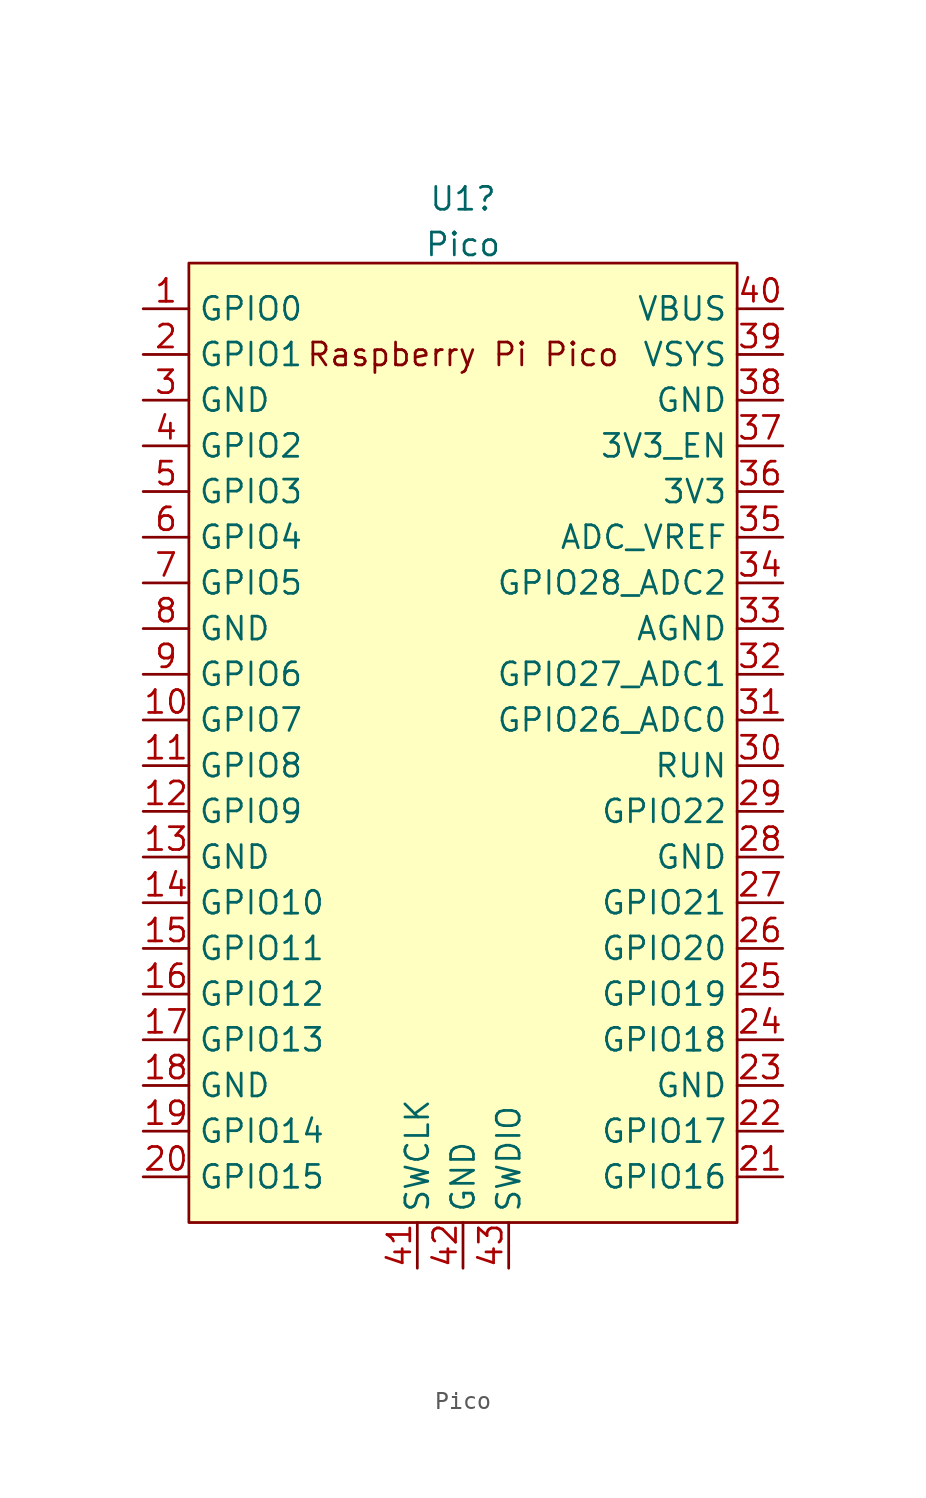
<source format=kicad_sym>
(kicad_symbol_lib
  (version 20211014)
  (generator kicad_symbol_editor)
  (symbol "Pico"
    (property "Reference" "U1"
      (at 0 30.243 0)
      (effects (font (size 1.27 1.27))))
    (property "Value" "Pico"
      (at 0 27.706 0)
      (effects (font (size 1.27 1.27))))
    (symbol "Pico_0_0"
      (text "Raspberry Pi Pico" (at 0 21.59 0) (effects (font (size 1.27 1.27)))))
    (symbol "Pico_0_1"
      (rectangle (start -15.24 26.67) (end 15.24 -26.67) (stroke (width 0) (type default) (color 0 0 0 0)) (fill (type background))))
    (symbol "Pico_1_1"
      (pin bidirectional line (at -17.78 24.13 0) (length 2.54) (name "GPIO0" (effects (font (size 1.27 1.27)))) (number "1" (effects (font (size 1.27 1.27)))))
      (pin bidirectional line (at -17.78 1.27 0) (length 2.54) (name "GPIO7" (effects (font (size 1.27 1.27)))) (number "10" (effects (font (size 1.27 1.27)))))
      (pin bidirectional line (at -17.78 -1.27 0) (length 2.54) (name "GPIO8" (effects (font (size 1.27 1.27)))) (number "11" (effects (font (size 1.27 1.27)))))
      (pin bidirectional line (at -17.78 -3.81 0) (length 2.54) (name "GPIO9" (effects (font (size 1.27 1.27)))) (number "12" (effects (font (size 1.27 1.27)))))
      (pin power_in line (at -17.78 -6.35 0) (length 2.54) (name "GND" (effects (font (size 1.27 1.27)))) (number "13" (effects (font (size 1.27 1.27)))))
      (pin bidirectional line (at -17.78 -8.89 0) (length 2.54) (name "GPIO10" (effects (font (size 1.27 1.27)))) (number "14" (effects (font (size 1.27 1.27)))))
      (pin bidirectional line (at -17.78 -11.43 0) (length 2.54) (name "GPIO11" (effects (font (size 1.27 1.27)))) (number "15" (effects (font (size 1.27 1.27)))))
      (pin bidirectional line (at -17.78 -13.97 0) (length 2.54) (name "GPIO12" (effects (font (size 1.27 1.27)))) (number "16" (effects (font (size 1.27 1.27)))))
      (pin bidirectional line (at -17.78 -16.51 0) (length 2.54) (name "GPIO13" (effects (font (size 1.27 1.27)))) (number "17" (effects (font (size 1.27 1.27)))))
      (pin power_in line (at -17.78 -19.05 0) (length 2.54) (name "GND" (effects (font (size 1.27 1.27)))) (number "18" (effects (font (size 1.27 1.27)))))
      (pin bidirectional line (at -17.78 -21.59 0) (length 2.54) (name "GPIO14" (effects (font (size 1.27 1.27)))) (number "19" (effects (font (size 1.27 1.27)))))
      (pin bidirectional line (at -17.78 21.59 0) (length 2.54) (name "GPIO1" (effects (font (size 1.27 1.27)))) (number "2" (effects (font (size 1.27 1.27)))))
      (pin bidirectional line (at -17.78 -24.13 0) (length 2.54) (name "GPIO15" (effects (font (size 1.27 1.27)))) (number "20" (effects (font (size 1.27 1.27)))))
      (pin bidirectional line (at 17.78 -24.13 180) (length 2.54) (name "GPIO16" (effects (font (size 1.27 1.27)))) (number "21" (effects (font (size 1.27 1.27)))))
      (pin bidirectional line (at 17.78 -21.59 180) (length 2.54) (name "GPIO17" (effects (font (size 1.27 1.27)))) (number "22" (effects (font (size 1.27 1.27)))))
      (pin power_in line (at 17.78 -19.05 180) (length 2.54) (name "GND" (effects (font (size 1.27 1.27)))) (number "23" (effects (font (size 1.27 1.27)))))
      (pin bidirectional line (at 17.78 -16.51 180) (length 2.54) (name "GPIO18" (effects (font (size 1.27 1.27)))) (number "24" (effects (font (size 1.27 1.27)))))
      (pin bidirectional line (at 17.78 -13.97 180) (length 2.54) (name "GPIO19" (effects (font (size 1.27 1.27)))) (number "25" (effects (font (size 1.27 1.27)))))
      (pin bidirectional line (at 17.78 -11.43 180) (length 2.54) (name "GPIO20" (effects (font (size 1.27 1.27)))) (number "26" (effects (font (size 1.27 1.27)))))
      (pin bidirectional line (at 17.78 -8.89 180) (length 2.54) (name "GPIO21" (effects (font (size 1.27 1.27)))) (number "27" (effects (font (size 1.27 1.27)))))
      (pin power_in line (at 17.78 -6.35 180) (length 2.54) (name "GND" (effects (font (size 1.27 1.27)))) (number "28" (effects (font (size 1.27 1.27)))))
      (pin bidirectional line (at 17.78 -3.81 180) (length 2.54) (name "GPIO22" (effects (font (size 1.27 1.27)))) (number "29" (effects (font (size 1.27 1.27)))))
      (pin power_in line (at -17.78 19.05 0) (length 2.54) (name "GND" (effects (font (size 1.27 1.27)))) (number "3" (effects (font (size 1.27 1.27)))))
      (pin input line (at 17.78 -1.27 180) (length 2.54) (name "RUN" (effects (font (size 1.27 1.27)))) (number "30" (effects (font (size 1.27 1.27)))))
      (pin bidirectional line (at 17.78 1.27 180) (length 2.54) (name "GPIO26_ADC0" (effects (font (size 1.27 1.27)))) (number "31" (effects (font (size 1.27 1.27)))))
      (pin bidirectional line (at 17.78 3.81 180) (length 2.54) (name "GPIO27_ADC1" (effects (font (size 1.27 1.27)))) (number "32" (effects (font (size 1.27 1.27)))))
      (pin power_in line (at 17.78 6.35 180) (length 2.54) (name "AGND" (effects (font (size 1.27 1.27)))) (number "33" (effects (font (size 1.27 1.27)))))
      (pin bidirectional line (at 17.78 8.89 180) (length 2.54) (name "GPIO28_ADC2" (effects (font (size 1.27 1.27)))) (number "34" (effects (font (size 1.27 1.27)))))
      (pin power_in line (at 17.78 11.43 180) (length 2.54) (name "ADC_VREF" (effects (font (size 1.27 1.27)))) (number "35" (effects (font (size 1.27 1.27)))))
      (pin power_in line (at 17.78 13.97 180) (length 2.54) (name "3V3" (effects (font (size 1.27 1.27)))) (number "36" (effects (font (size 1.27 1.27)))))
      (pin input line (at 17.78 16.51 180) (length 2.54) (name "3V3_EN" (effects (font (size 1.27 1.27)))) (number "37" (effects (font (size 1.27 1.27)))))
      (pin bidirectional line (at 17.78 19.05 180) (length 2.54) (name "GND" (effects (font (size 1.27 1.27)))) (number "38" (effects (font (size 1.27 1.27)))))
      (pin power_in line (at 17.78 21.59 180) (length 2.54) (name "VSYS" (effects (font (size 1.27 1.27)))) (number "39" (effects (font (size 1.27 1.27)))))
      (pin bidirectional line (at -17.78 16.51 0) (length 2.54) (name "GPIO2" (effects (font (size 1.27 1.27)))) (number "4" (effects (font (size 1.27 1.27)))))
      (pin power_in line (at 17.78 24.13 180) (length 2.54) (name "VBUS" (effects (font (size 1.27 1.27)))) (number "40" (effects (font (size 1.27 1.27)))))
      (pin input line (at -2.54 -29.21 90) (length 2.54) (name "SWCLK" (effects (font (size 1.27 1.27)))) (number "41" (effects (font (size 1.27 1.27)))))
      (pin power_in line (at 0 -29.21 90) (length 2.54) (name "GND" (effects (font (size 1.27 1.27)))) (number "42" (effects (font (size 1.27 1.27)))))
      (pin bidirectional line (at 2.54 -29.21 90) (length 2.54) (name "SWDIO" (effects (font (size 1.27 1.27)))) (number "43" (effects (font (size 1.27 1.27)))))
      (pin bidirectional line (at -17.78 13.97 0) (length 2.54) (name "GPIO3" (effects (font (size 1.27 1.27)))) (number "5" (effects (font (size 1.27 1.27)))))
      (pin bidirectional line (at -17.78 11.43 0) (length 2.54) (name "GPIO4" (effects (font (size 1.27 1.27)))) (number "6" (effects (font (size 1.27 1.27)))))
      (pin bidirectional line (at -17.78 8.89 0) (length 2.54) (name "GPIO5" (effects (font (size 1.27 1.27)))) (number "7" (effects (font (size 1.27 1.27)))))
      (pin power_in line (at -17.78 6.35 0) (length 2.54) (name "GND" (effects (font (size 1.27 1.27)))) (number "8" (effects (font (size 1.27 1.27)))))
      (pin bidirectional line (at -17.78 3.81 0) (length 2.54) (name "GPIO6" (effects (font (size 1.27 1.27)))) (number "9" (effects (font (size 1.27 1.27))))))))
</source>
